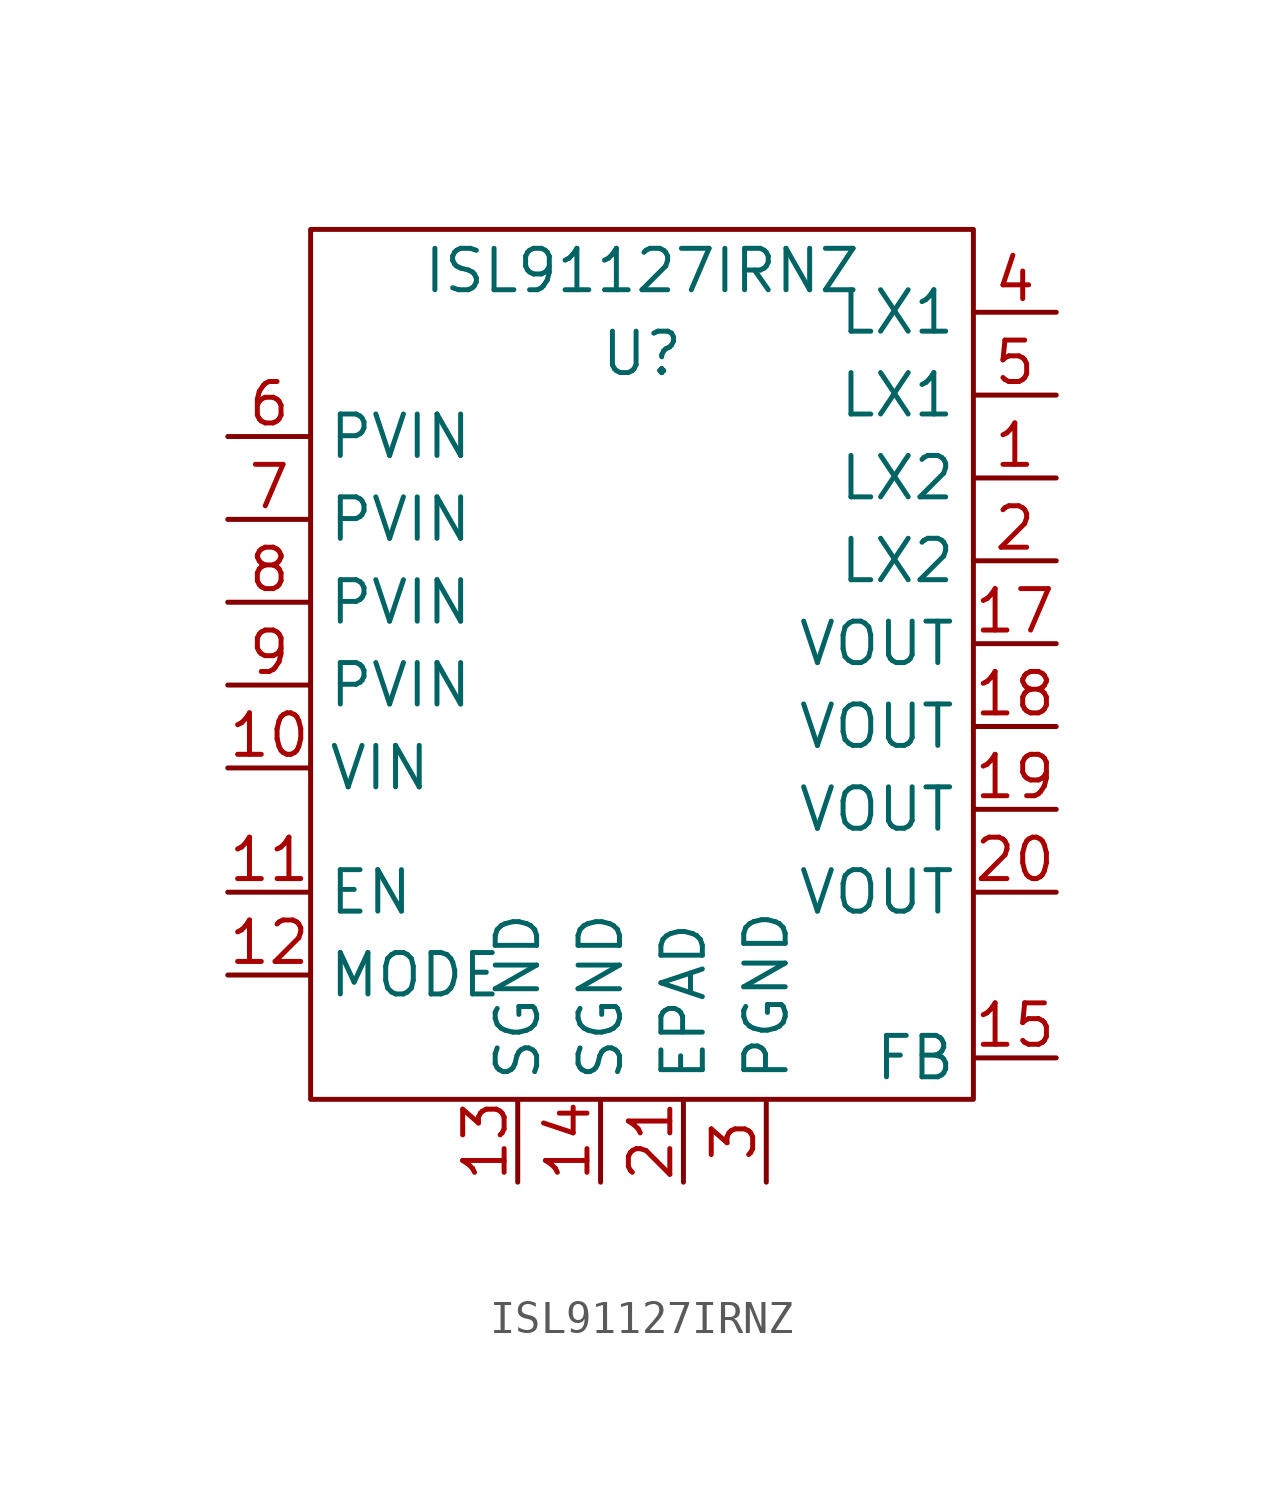
<source format=kicad_sym>
(kicad_symbol_lib
  (version 20211014)
  (generator kicad_symbol_editor)
  (symbol "ISL91127IRNZ"
    (property "Reference" "U"
      (at 0 12.7 0)
      (effects (font (size 1.27 1.27))))
    (property "Value" "ISL91127IRNZ"
      (at 0 15.24 0)
      (effects (font (size 1.27 1.27))))
    (symbol "ISL91127IRNZ_0_0"
      (pin no_connect line (at 0 2.54 90) (length 2.54) hide (name "NC" (effects (font (size 1.27 1.27)))) (number "16" (effects (font (size 1.27 1.27)))))
      (pin power_in line (at 1.27 -12.7 90) (length 2.54) (name "EPAD" (effects (font (size 1.27 1.27)))) (number "21" (effects (font (size 1.27 1.27))))))
    (symbol "ISL91127IRNZ_0_1"
      (rectangle (start -10.16 16.51) (end 10.16 -10.16) (stroke (width 0.152) (type default) (color 0 0 0 0)) (fill (type none))))
    (symbol "ISL91127IRNZ_1_1"
      (pin bidirectional line (at 12.7 8.89 180) (length 2.54) (name "LX2" (effects (font (size 1.27 1.27)))) (number "1" (effects (font (size 1.27 1.27)))))
      (pin power_in line (at -12.7 0 0) (length 2.54) (name "VIN" (effects (font (size 1.27 1.27)))) (number "10" (effects (font (size 1.27 1.27)))))
      (pin input line (at -12.7 -3.81 0) (length 2.54) (name "EN" (effects (font (size 1.27 1.27)))) (number "11" (effects (font (size 1.27 1.27)))))
      (pin input line (at -12.7 -6.35 0) (length 2.54) (name "MODE" (effects (font (size 1.27 1.27)))) (number "12" (effects (font (size 1.27 1.27)))))
      (pin power_in line (at -3.81 -12.7 90) (length 2.54) (name "SGND" (effects (font (size 1.27 1.27)))) (number "13" (effects (font (size 1.27 1.27)))))
      (pin power_in line (at -1.27 -12.7 90) (length 2.54) (name "SGND" (effects (font (size 1.27 1.27)))) (number "14" (effects (font (size 1.27 1.27)))))
      (pin input line (at 12.7 -8.89 180) (length 2.54) (name "FB" (effects (font (size 1.27 1.27)))) (number "15" (effects (font (size 1.27 1.27)))))
      (pin power_out line (at 12.7 3.81 180) (length 2.54) (name "VOUT" (effects (font (size 1.27 1.27)))) (number "17" (effects (font (size 1.27 1.27)))))
      (pin passive line (at 12.7 1.27 180) (length 2.54) (name "VOUT" (effects (font (size 1.27 1.27)))) (number "18" (effects (font (size 1.27 1.27)))))
      (pin passive line (at 12.7 -1.27 180) (length 2.54) (name "VOUT" (effects (font (size 1.27 1.27)))) (number "19" (effects (font (size 1.27 1.27)))))
      (pin bidirectional line (at 12.7 6.35 180) (length 2.54) (name "LX2" (effects (font (size 1.27 1.27)))) (number "2" (effects (font (size 1.27 1.27)))))
      (pin passive line (at 12.7 -3.81 180) (length 2.54) (name "VOUT" (effects (font (size 1.27 1.27)))) (number "20" (effects (font (size 1.27 1.27)))))
      (pin power_in line (at 3.81 -12.7 90) (length 2.54) (name "PGND" (effects (font (size 1.27 1.27)))) (number "3" (effects (font (size 1.27 1.27)))))
      (pin bidirectional line (at 12.7 13.97 180) (length 2.54) (name "LX1" (effects (font (size 1.27 1.27)))) (number "4" (effects (font (size 1.27 1.27)))))
      (pin bidirectional line (at 12.7 11.43 180) (length 2.54) (name "LX1" (effects (font (size 1.27 1.27)))) (number "5" (effects (font (size 1.27 1.27)))))
      (pin power_in line (at -12.7 10.16 0) (length 2.54) (name "PVIN" (effects (font (size 1.27 1.27)))) (number "6" (effects (font (size 1.27 1.27)))))
      (pin power_in line (at -12.7 7.62 0) (length 2.54) (name "PVIN" (effects (font (size 1.27 1.27)))) (number "7" (effects (font (size 1.27 1.27)))))
      (pin power_in line (at -12.7 5.08 0) (length 2.54) (name "PVIN" (effects (font (size 1.27 1.27)))) (number "8" (effects (font (size 1.27 1.27)))))
      (pin power_in line (at -12.7 2.54 0) (length 2.54) (name "PVIN" (effects (font (size 1.27 1.27)))) (number "9" (effects (font (size 1.27 1.27))))))))
</source>
